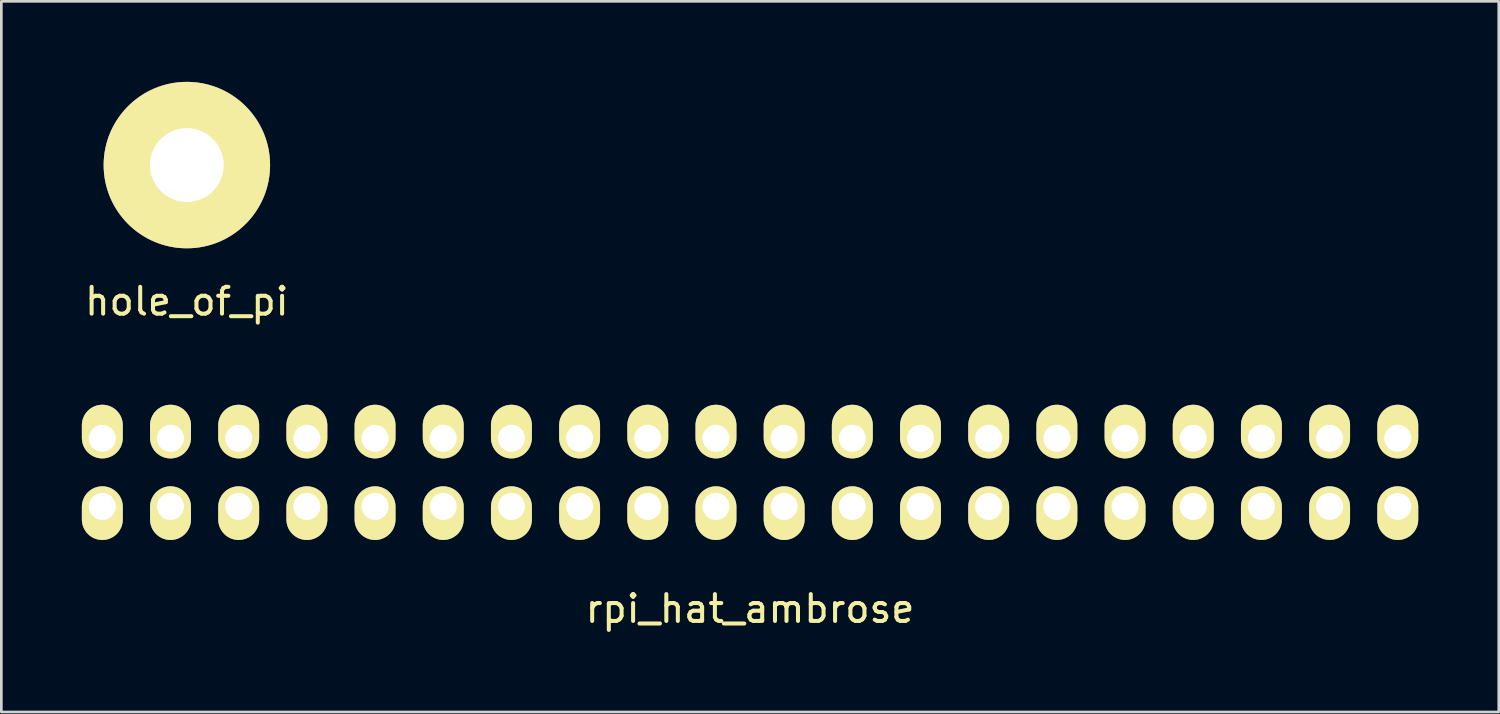
<source format=kicad_pcb>
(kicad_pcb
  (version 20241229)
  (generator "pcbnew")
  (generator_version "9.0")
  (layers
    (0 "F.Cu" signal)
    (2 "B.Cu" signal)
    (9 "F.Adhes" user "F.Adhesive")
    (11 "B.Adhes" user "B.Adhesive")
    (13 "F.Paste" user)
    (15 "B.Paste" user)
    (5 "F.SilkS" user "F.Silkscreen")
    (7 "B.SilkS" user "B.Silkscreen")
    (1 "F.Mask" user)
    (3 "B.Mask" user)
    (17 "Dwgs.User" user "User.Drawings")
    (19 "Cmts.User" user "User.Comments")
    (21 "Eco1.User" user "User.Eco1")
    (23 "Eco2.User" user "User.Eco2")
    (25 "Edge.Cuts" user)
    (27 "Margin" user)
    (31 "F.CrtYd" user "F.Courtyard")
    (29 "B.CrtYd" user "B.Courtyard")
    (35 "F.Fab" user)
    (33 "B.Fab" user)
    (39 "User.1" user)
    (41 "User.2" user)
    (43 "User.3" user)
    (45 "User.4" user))
  (footprint "hole_of_pi"
    (layer "F.Cu")
    (at 3.911 3.1)
    (property "Reference" "hole_of_pi" (at 0 5.08 0) (layer "F.SilkS") (effects (font (size 1 1) (thickness 0.15))))
    (attr through_hole)
    (pad "1" thru_hole circle (at 0 0) (size 6.2 6.2) (drill 2.75) (layers "*.Cu" "*.Mask" "F.SilkS")))
  (footprint "rpi_hat_ambrose"
    (layer "F.Cu")
    (at 24.892 17.087)
    (property "Reference" "rpi_hat_ambrose" (at 0 2.54 0) (layer "F.SilkS") (effects (font (size 1 1) (thickness 0.15))))
    (attr through_hole)
    (pad "1" thru_hole oval (at -24.13 -3.81) (size 1.524 1.999) (drill 1.008 (offset 0 -0.249)) (layers "*.Cu" "*.Mask" "F.SilkS"))
    (pad "2" thru_hole oval (at -24.13 -1.27) (size 1.524 1.999) (drill 1.008 (offset 0 0.249)) (layers "*.Cu" "*.Mask" "F.SilkS"))
    (pad "3" thru_hole oval (at -21.59 -3.81) (size 1.524 1.999) (drill 1.008 (offset 0 -0.249)) (layers "*.Cu" "*.Mask" "F.SilkS"))
    (pad "4" thru_hole oval (at -21.59 -1.27) (size 1.524 1.999) (drill 1.008 (offset 0 0.249)) (layers "*.Cu" "*.Mask" "F.SilkS"))
    (pad "5" thru_hole oval (at -19.05 -3.81) (size 1.524 1.999) (drill 1.008 (offset 0 -0.249)) (layers "*.Cu" "*.Mask" "F.SilkS"))
    (pad "6" thru_hole oval (at -19.05 -1.27) (size 1.524 1.999) (drill 1.008 (offset 0 0.249)) (layers "*.Cu" "*.Mask" "F.SilkS"))
    (pad "7" thru_hole oval (at -16.51 -3.81) (size 1.524 1.999) (drill 1.008 (offset 0 -0.249)) (layers "*.Cu" "*.Mask" "F.SilkS"))
    (pad "8" thru_hole oval (at -16.51 -1.27) (size 1.524 1.999) (drill 1.008 (offset 0 0.249)) (layers "*.Cu" "*.Mask" "F.SilkS"))
    (pad "9" thru_hole oval (at -13.97 -3.81) (size 1.524 1.999) (drill 1.008 (offset 0 -0.249)) (layers "*.Cu" "*.Mask" "F.SilkS"))
    (pad "10" thru_hole oval (at -13.97 -1.27) (size 1.524 1.999) (drill 1.008 (offset 0 0.249)) (layers "*.Cu" "*.Mask" "F.SilkS"))
    (pad "11" thru_hole oval (at -11.43 -3.81) (size 1.524 1.999) (drill 1.008 (offset 0 -0.249)) (layers "*.Cu" "*.Mask" "F.SilkS"))
    (pad "12" thru_hole oval (at -11.43 -1.27) (size 1.524 1.999) (drill 1.008 (offset 0 0.249)) (layers "*.Cu" "*.Mask" "F.SilkS"))
    (pad "13" thru_hole oval (at -8.89 -3.81) (size 1.524 1.999) (drill 1.008 (offset 0 -0.249)) (layers "*.Cu" "*.Mask" "F.SilkS"))
    (pad "14" thru_hole oval (at -8.89 -1.27) (size 1.524 1.999) (drill 1.008 (offset 0 0.249)) (layers "*.Cu" "*.Mask" "F.SilkS"))
    (pad "15" thru_hole oval (at -6.35 -3.81) (size 1.524 1.999) (drill 1.008 (offset 0 -0.249)) (layers "*.Cu" "*.Mask" "F.SilkS"))
    (pad "16" thru_hole oval (at -6.35 -1.27) (size 1.524 1.999) (drill 1.008 (offset 0 0.249)) (layers "*.Cu" "*.Mask" "F.SilkS"))
    (pad "17" thru_hole oval (at -3.81 -3.81) (size 1.524 1.999) (drill 1.008 (offset 0 -0.249)) (layers "*.Cu" "*.Mask" "F.SilkS"))
    (pad "18" thru_hole oval (at -3.81 -1.27) (size 1.524 1.999) (drill 1.008 (offset 0 0.249)) (layers "*.Cu" "*.Mask" "F.SilkS"))
    (pad "19" thru_hole oval (at -1.27 -3.81) (size 1.524 1.999) (drill 1.008 (offset 0 -0.249)) (layers "*.Cu" "*.Mask" "F.SilkS"))
    (pad "20" thru_hole oval (at -1.27 -1.27) (size 1.524 1.999) (drill 1.008 (offset 0 0.249)) (layers "*.Cu" "*.Mask" "F.SilkS"))
    (pad "21" thru_hole oval (at 1.27 -3.81) (size 1.524 1.999) (drill 1.008 (offset 0 -0.249)) (layers "*.Cu" "*.Mask" "F.SilkS"))
    (pad "22" thru_hole oval (at 1.27 -1.27) (size 1.524 1.999) (drill 1.008 (offset 0 0.249)) (layers "*.Cu" "*.Mask" "F.SilkS"))
    (pad "23" thru_hole oval (at 3.81 -3.81) (size 1.524 1.999) (drill 1.008 (offset 0 -0.249)) (layers "*.Cu" "*.Mask" "F.SilkS"))
    (pad "24" thru_hole oval (at 3.81 -1.27) (size 1.524 1.999) (drill 1.008 (offset 0 0.249)) (layers "*.Cu" "*.Mask" "F.SilkS"))
    (pad "25" thru_hole oval (at 6.35 -3.81) (size 1.524 1.999) (drill 1.008 (offset 0 -0.249)) (layers "*.Cu" "*.Mask" "F.SilkS"))
    (pad "26" thru_hole oval (at 6.35 -1.27) (size 1.524 1.999) (drill 1.008 (offset 0 0.249)) (layers "*.Cu" "*.Mask" "F.SilkS"))
    (pad "27" thru_hole oval (at 8.89 -3.81) (size 1.524 1.999) (drill 1.008 (offset 0 -0.249)) (layers "*.Cu" "*.Mask" "F.SilkS"))
    (pad "28" thru_hole oval (at 8.89 -1.27) (size 1.524 1.999) (drill 1.008 (offset 0 0.249)) (layers "*.Cu" "*.Mask" "F.SilkS"))
    (pad "29" thru_hole oval (at 11.43 -3.81) (size 1.524 1.999) (drill 1.008 (offset 0 -0.249)) (layers "*.Cu" "*.Mask" "F.SilkS"))
    (pad "30" thru_hole oval (at 11.43 -1.27) (size 1.524 1.999) (drill 1.008 (offset 0 0.249)) (layers "*.Cu" "*.Mask" "F.SilkS"))
    (pad "31" thru_hole oval (at 13.97 -3.81) (size 1.524 1.999) (drill 1.008 (offset 0 -0.249)) (layers "*.Cu" "*.Mask" "F.SilkS"))
    (pad "32" thru_hole oval (at 13.97 -1.27) (size 1.524 1.999) (drill 1.008 (offset 0 0.249)) (layers "*.Cu" "*.Mask" "F.SilkS"))
    (pad "33" thru_hole oval (at 16.51 -3.81) (size 1.524 1.999) (drill 1.008 (offset 0 -0.249)) (layers "*.Cu" "*.Mask" "F.SilkS"))
    (pad "34" thru_hole oval (at 16.51 -1.27) (size 1.524 1.999) (drill 1.008 (offset 0 0.249)) (layers "*.Cu" "*.Mask" "F.SilkS"))
    (pad "35" thru_hole oval (at 19.05 -3.81) (size 1.524 1.999) (drill 1.008 (offset 0 -0.249)) (layers "*.Cu" "*.Mask" "F.SilkS"))
    (pad "36" thru_hole oval (at 19.05 -1.27) (size 1.524 1.999) (drill 1.008 (offset 0 0.249)) (layers "*.Cu" "*.Mask" "F.SilkS"))
    (pad "37" thru_hole oval (at 21.59 -3.81) (size 1.524 1.999) (drill 1.008 (offset 0 -0.249)) (layers "*.Cu" "*.Mask" "F.SilkS"))
    (pad "38" thru_hole oval (at 21.59 -1.27) (size 1.524 1.999) (drill 1.008 (offset 0 0.249)) (layers "*.Cu" "*.Mask" "F.SilkS"))
    (pad "39" thru_hole oval (at 24.13 -3.81) (size 1.524 1.999) (drill 1.008 (offset 0 -0.249)) (layers "*.Cu" "*.Mask" "F.SilkS"))
    (pad "40" thru_hole oval (at 24.13 -1.27) (size 1.524 1.999) (drill 1.008 (offset 0 0.249)) (layers "*.Cu" "*.Mask" "F.SilkS")))
  (gr_rect
    (start -3 -3)
    (end 52.784 23.475)
    (stroke (width 0.1) (type default))
    (fill no)
    (layer "Edge.Cuts")))
</source>
